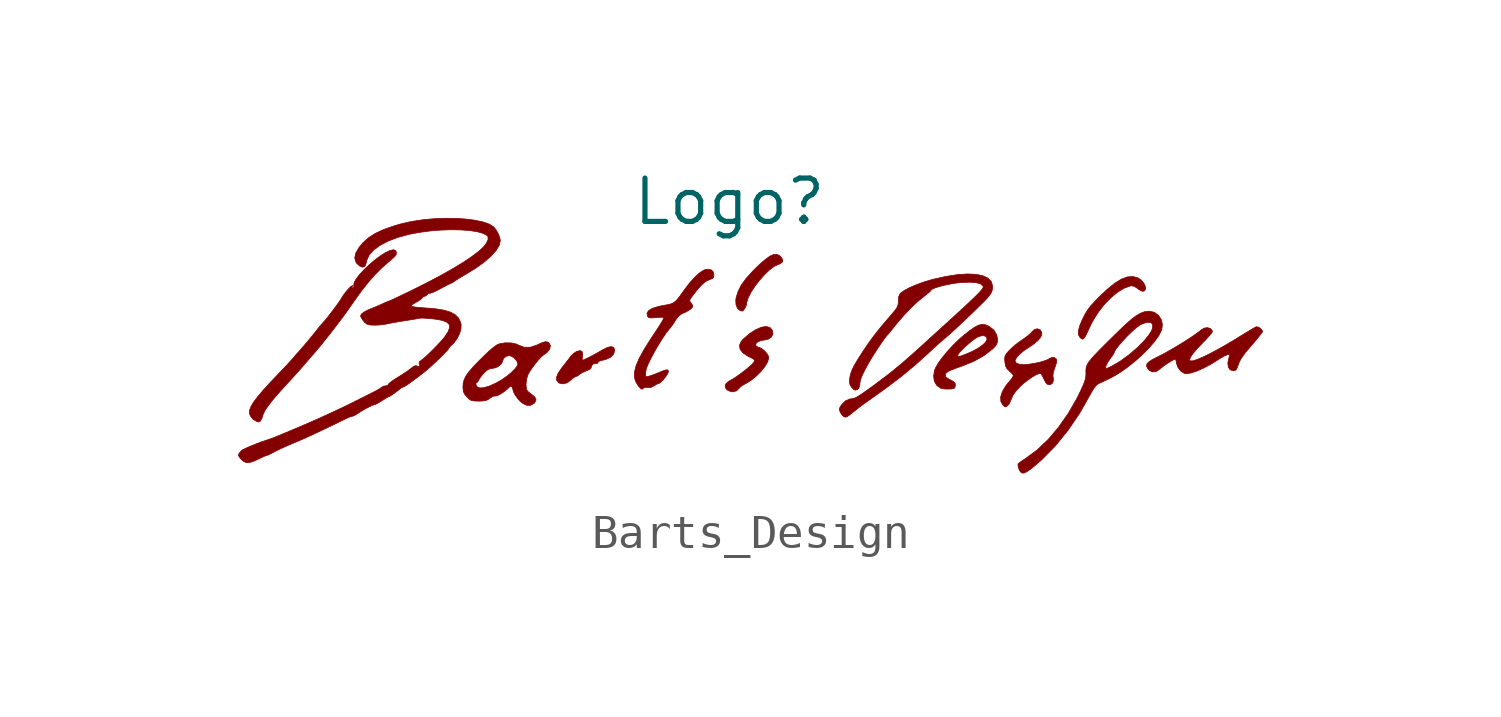
<source format=kicad_sym>
(kicad_symbol_lib
  (version 20231120)
  (generator "kicad_symbol_editor")
  (generator_version "8.0")
  (symbol "Barts_Design"
    (property "Reference" "Logo"
      (at 0 0 0)
      (effects (font (size 1.27 1.27))))
    (property "Value" ""
      (at 0 0 0)
      (effects (font (size 1.27 1.27))))
    (symbol "Barts_Design_0_0"
      (polyline (pts (xy 0.4 -3.197) (xy 0.445 -3.14) (xy 0.484 -3.065) (xy 0.501 -2.999) (xy 0.504 -2.96) (xy 0.546 -2.824) (xy 0.628 -2.663) (xy 0.741 -2.488) (xy 0.876 -2.312) (xy 1.021 -2.148) (xy 1.168 -2.007) (xy 1.306 -1.901) (xy 1.426 -1.844) (xy 1.484 -1.824) (xy 1.554 -1.768) (xy 1.557 -1.694) (xy 1.494 -1.605) (xy 1.461 -1.577) (xy 1.383 -1.544) (xy 1.292 -1.551) (xy 1.182 -1.601) (xy 1.047 -1.698) (xy 0.881 -1.843) (xy 0.68 -2.04) (xy 0.677 -2.043) (xy 0.487 -2.253) (xy 0.348 -2.443) (xy 0.253 -2.627) (xy 0.193 -2.819) (xy 0.183 -2.885) (xy 0.19 -3.02) (xy 0.232 -3.128) (xy 0.303 -3.191) (xy 0.32 -3.197) (xy 0.371 -3.211) (xy 0.4 -3.197)) (stroke (width 0.01) (type default)) (fill (type outline)))
      (polyline (pts (xy 10.398 -4.007) (xy 10.441 -3.941) (xy 10.498 -3.826) (xy 10.576 -3.656) (xy 10.646 -3.516) (xy 10.799 -3.266) (xy 10.977 -3.034) (xy 11.171 -2.83) (xy 11.372 -2.662) (xy 11.569 -2.541) (xy 11.754 -2.474) (xy 11.781 -2.47) (xy 11.867 -2.482) (xy 11.959 -2.543) (xy 11.979 -2.559) (xy 12.059 -2.611) (xy 12.12 -2.632) (xy 12.179 -2.612) (xy 12.203 -2.554) (xy 12.19 -2.474) (xy 12.146 -2.385) (xy 12.076 -2.302) (xy 11.984 -2.24) (xy 11.965 -2.231) (xy 11.82 -2.195) (xy 11.663 -2.209) (xy 11.491 -2.274) (xy 11.298 -2.393) (xy 11.081 -2.568) (xy 10.835 -2.801) (xy 10.722 -2.917) (xy 10.601 -3.049) (xy 10.51 -3.167) (xy 10.435 -3.286) (xy 10.364 -3.424) (xy 10.347 -3.459) (xy 10.267 -3.65) (xy 10.23 -3.797) (xy 10.234 -3.905) (xy 10.278 -3.983) (xy 10.285 -3.99) (xy 10.326 -4.025) (xy 10.361 -4.033) (xy 10.398 -4.007)) (stroke (width 0.01) (type default)) (fill (type outline)))
      (polyline (pts (xy -4.76 -5.313) (xy -4.647 -5.23) (xy -4.628 -5.211) (xy -4.558 -5.154) (xy -4.508 -5.131) (xy -4.466 -5.117) (xy -4.402 -5.071) (xy -4.386 -5.056) (xy -4.301 -5.006) (xy -4.197 -4.962) (xy -4.179 -4.956) (xy -4.083 -4.908) (xy -4.052 -4.854) (xy -4.045 -4.816) (xy -3.994 -4.759) (xy -3.905 -4.749) (xy -3.873 -4.747) (xy -3.854 -4.716) (xy -3.852 -4.703) (xy -3.801 -4.671) (xy -3.692 -4.644) (xy -3.626 -4.628) (xy -3.489 -4.566) (xy -3.399 -4.474) (xy -3.367 -4.363) (xy -3.368 -4.348) (xy -3.397 -4.275) (xy -3.47 -4.251) (xy -3.583 -4.277) (xy -3.734 -4.353) (xy -3.787 -4.385) (xy -3.92 -4.46) (xy -4.054 -4.532) (xy -4.174 -4.593) (xy -4.264 -4.636) (xy -4.311 -4.652) (xy -4.314 -4.651) (xy -4.32 -4.613) (xy -4.312 -4.537) (xy -4.305 -4.483) (xy -4.321 -4.399) (xy -4.379 -4.369) (xy -4.48 -4.393) (xy -4.569 -4.448) (xy -4.651 -4.529) (xy -4.66 -4.542) (xy -4.721 -4.622) (xy -4.806 -4.732) (xy -4.899 -4.85) (xy -4.925 -4.884) (xy -5.027 -5.035) (xy -5.074 -5.153) (xy -5.068 -5.244) (xy -5.011 -5.311) (xy -4.99 -5.324) (xy -4.88 -5.346) (xy -4.76 -5.313)) (stroke (width 0.01) (type default)) (fill (type outline)))
      (polyline (pts (xy 0.211 -5.547) (xy 0.305 -5.449) (xy 0.308 -5.445) (xy 0.361 -5.401) (xy 0.443 -5.354) (xy 0.475 -5.338) (xy 0.636 -5.238) (xy 0.792 -5.111) (xy 0.933 -4.969) (xy 1.047 -4.824) (xy 1.123 -4.689) (xy 1.151 -4.575) (xy 1.143 -4.537) (xy 1.094 -4.453) (xy 1.018 -4.368) (xy 0.934 -4.302) (xy 0.864 -4.275) (xy 0.834 -4.268) (xy 0.777 -4.226) (xy 0.769 -4.213) (xy 0.777 -4.161) (xy 0.834 -4.111) (xy 0.926 -4.073) (xy 1.038 -4.056) (xy 1.144 -4.032) (xy 1.231 -3.968) (xy 1.274 -3.879) (xy 1.261 -3.781) (xy 1.259 -3.776) (xy 1.187 -3.693) (xy 1.078 -3.663) (xy 0.94 -3.682) (xy 0.779 -3.75) (xy 0.6 -3.864) (xy 0.411 -4.023) (xy 0.342 -4.101) (xy 0.292 -4.218) (xy 0.31 -4.332) (xy 0.395 -4.438) (xy 0.545 -4.536) (xy 0.64 -4.584) (xy 0.707 -4.621) (xy 0.733 -4.647) (xy 0.73 -4.676) (xy 0.707 -4.719) (xy 0.707 -4.72) (xy 0.661 -4.771) (xy 0.574 -4.849) (xy 0.461 -4.942) (xy 0.336 -5.038) (xy 0.214 -5.126) (xy 0.11 -5.195) (xy 0.039 -5.234) (xy -0.018 -5.266) (xy -0.092 -5.329) (xy -0.119 -5.369) (xy -0.126 -5.449) (xy -0.074 -5.52) (xy 0.031 -5.57) (xy 0.099 -5.58) (xy 0.211 -5.547)) (stroke (width 0.01) (type default)) (fill (type outline)))
      (polyline (pts (xy 6.506 -5.494) (xy 6.578 -5.482) (xy 6.61 -5.453) (xy 6.622 -5.397) (xy 6.624 -5.375) (xy 6.614 -5.321) (xy 6.569 -5.278) (xy 6.475 -5.227) (xy 6.396 -5.184) (xy 6.339 -5.134) (xy 6.328 -5.082) (xy 6.334 -5.056) (xy 6.36 -5.018) (xy 6.411 -4.982) (xy 6.5 -4.94) (xy 6.634 -4.888) (xy 6.824 -4.821) (xy 7.16 -4.685) (xy 7.463 -4.516) (xy 7.711 -4.324) (xy 7.745 -4.292) (xy 7.818 -4.211) (xy 7.852 -4.139) (xy 7.861 -4.055) (xy 7.84 -3.916) (xy 7.758 -3.772) (xy 7.615 -3.659) (xy 7.586 -3.644) (xy 7.491 -3.607) (xy 7.398 -3.6) (xy 7.297 -3.626) (xy 7.177 -3.69) (xy 7.029 -3.794) (xy 6.843 -3.943) (xy 6.72 -4.05) (xy 6.551 -4.217) (xy 6.386 -4.396) (xy 6.3 -4.502) (xy 6.697 -4.502) (xy 6.707 -4.476) (xy 6.76 -4.409) (xy 6.845 -4.319) (xy 6.952 -4.219) (xy 7.066 -4.122) (xy 7.174 -4.037) (xy 7.264 -3.979) (xy 7.353 -3.942) (xy 7.455 -3.93) (xy 7.526 -3.96) (xy 7.553 -4.028) (xy 7.553 -4.035) (xy 7.516 -4.114) (xy 7.424 -4.205) (xy 7.289 -4.3) (xy 7.12 -4.393) (xy 6.927 -4.475) (xy 6.835 -4.509) (xy 6.754 -4.537) (xy 6.713 -4.544) (xy 6.699 -4.532) (xy 6.697 -4.502) (xy 6.3 -4.502) (xy 6.239 -4.575) (xy 6.12 -4.739) (xy 6.043 -4.874) (xy 6.014 -4.946) (xy 5.984 -5.115) (xy 6.007 -5.268) (xy 6.079 -5.392) (xy 6.197 -5.475) (xy 6.227 -5.483) (xy 6.324 -5.496) (xy 6.44 -5.497) (xy 6.506 -5.494)) (stroke (width 0.01) (type default)) (fill (type outline)))
      (polyline (pts (xy 8.13 -6.009) (xy 8.199 -5.939) (xy 8.258 -5.804) (xy 8.308 -5.688) (xy 8.394 -5.563) (xy 8.525 -5.421) (xy 8.601 -5.351) (xy 8.729 -5.247) (xy 8.859 -5.155) (xy 8.977 -5.086) (xy 9.071 -5.046) (xy 9.126 -5.045) (xy 9.141 -5.059) (xy 9.181 -5.124) (xy 9.227 -5.218) (xy 9.273 -5.307) (xy 9.321 -5.357) (xy 9.382 -5.37) (xy 9.402 -5.369) (xy 9.469 -5.328) (xy 9.501 -5.245) (xy 9.489 -5.137) (xy 9.485 -5.113) (xy 9.494 -5.025) (xy 9.523 -4.921) (xy 9.554 -4.835) (xy 9.588 -4.725) (xy 9.597 -4.656) (xy 9.582 -4.614) (xy 9.542 -4.585) (xy 9.522 -4.576) (xy 9.457 -4.569) (xy 9.378 -4.608) (xy 9.28 -4.655) (xy 9.121 -4.705) (xy 8.926 -4.747) (xy 8.713 -4.777) (xy 8.627 -4.782) (xy 8.493 -4.769) (xy 8.405 -4.731) (xy 8.374 -4.669) (xy 8.378 -4.648) (xy 8.423 -4.568) (xy 8.512 -4.471) (xy 8.633 -4.37) (xy 8.773 -4.277) (xy 8.906 -4.189) (xy 9.041 -4.077) (xy 9.128 -3.971) (xy 9.16 -3.88) (xy 9.154 -3.828) (xy 9.107 -3.758) (xy 9.031 -3.729) (xy 8.947 -3.747) (xy 8.873 -3.815) (xy 8.867 -3.823) (xy 8.803 -3.888) (xy 8.703 -3.969) (xy 8.585 -4.052) (xy 8.449 -4.149) (xy 8.312 -4.26) (xy 8.206 -4.361) (xy 8.191 -4.378) (xy 8.117 -4.463) (xy 8.079 -4.529) (xy 8.069 -4.598) (xy 8.075 -4.697) (xy 8.076 -4.71) (xy 8.097 -4.823) (xy 8.139 -4.903) (xy 8.221 -4.984) (xy 8.256 -5.014) (xy 8.305 -5.061) (xy 8.322 -5.101) (xy 8.305 -5.15) (xy 8.251 -5.223) (xy 8.156 -5.335) (xy 8.103 -5.402) (xy 8.002 -5.571) (xy 7.952 -5.726) (xy 7.957 -5.861) (xy 8.018 -5.967) (xy 8.053 -6) (xy 8.083 -6.021) (xy 8.13 -6.009)) (stroke (width 0.01) (type default)) (fill (type outline)))
      (polyline (pts (xy 13.546 -5.023) (xy 13.715 -4.966) (xy 13.909 -4.88) (xy 14.116 -4.769) (xy 14.326 -4.638) (xy 14.394 -4.594) (xy 14.516 -4.525) (xy 14.607 -4.489) (xy 14.659 -4.488) (xy 14.664 -4.524) (xy 14.643 -4.584) (xy 14.614 -4.735) (xy 14.628 -4.854) (xy 14.681 -4.932) (xy 14.771 -4.96) (xy 14.809 -4.957) (xy 14.853 -4.937) (xy 14.887 -4.881) (xy 14.924 -4.775) (xy 14.941 -4.729) (xy 14.987 -4.632) (xy 15.058 -4.523) (xy 15.162 -4.389) (xy 15.307 -4.219) (xy 15.353 -4.166) (xy 15.463 -4.036) (xy 15.551 -3.926) (xy 15.61 -3.848) (xy 15.632 -3.81) (xy 15.623 -3.78) (xy 15.575 -3.721) (xy 15.506 -3.678) (xy 15.446 -3.67) (xy 15.432 -3.677) (xy 15.363 -3.716) (xy 15.254 -3.78) (xy 15.114 -3.865) (xy 14.957 -3.961) (xy 14.846 -4.03) (xy 14.555 -4.203) (xy 14.288 -4.353) (xy 14.051 -4.478) (xy 13.85 -4.574) (xy 13.688 -4.64) (xy 13.573 -4.672) (xy 13.509 -4.668) (xy 13.494 -4.642) (xy 13.516 -4.57) (xy 13.588 -4.461) (xy 13.708 -4.319) (xy 13.873 -4.146) (xy 13.982 -4.034) (xy 14.074 -3.933) (xy 14.137 -3.857) (xy 14.16 -3.817) (xy 14.153 -3.78) (xy 14.103 -3.722) (xy 14.02 -3.697) (xy 13.925 -3.708) (xy 13.837 -3.759) (xy 13.795 -3.795) (xy 13.679 -3.881) (xy 13.524 -3.987) (xy 13.341 -4.105) (xy 13.146 -4.225) (xy 12.95 -4.341) (xy 12.768 -4.443) (xy 12.613 -4.524) (xy 12.533 -4.563) (xy 12.384 -4.642) (xy 12.289 -4.706) (xy 12.24 -4.762) (xy 12.23 -4.817) (xy 12.253 -4.878) (xy 12.319 -4.957) (xy 12.419 -4.996) (xy 12.531 -4.975) (xy 12.643 -4.895) (xy 12.662 -4.877) (xy 12.739 -4.816) (xy 12.838 -4.748) (xy 12.941 -4.684) (xy 13.027 -4.636) (xy 13.078 -4.617) (xy 13.081 -4.62) (xy 13.095 -4.665) (xy 13.111 -4.748) (xy 13.143 -4.849) (xy 13.227 -4.965) (xy 13.338 -5.038) (xy 13.412 -5.046) (xy 13.546 -5.023)) (stroke (width 0.01) (type default)) (fill (type outline)))
      (polyline (pts (xy -13.759 -6.438) (xy -13.715 -6.363) (xy -13.682 -6.257) (xy -13.679 -6.243) (xy -13.628 -6.134) (xy -13.525 -5.982) (xy -13.37 -5.786) (xy -13.163 -5.547) (xy -12.905 -5.266) (xy -12.894 -5.254) (xy -12.765 -5.113) (xy -12.626 -4.959) (xy -12.507 -4.822) (xy -12.494 -4.807) (xy -12.386 -4.682) (xy -12.28 -4.559) (xy -12.197 -4.465) (xy -12.14 -4.399) (xy -11.978 -4.205) (xy -11.795 -3.977) (xy -11.604 -3.734) (xy -11.419 -3.491) (xy -11.252 -3.265) (xy -11.116 -3.073) (xy -11.008 -2.917) (xy -10.792 -2.618) (xy -10.594 -2.367) (xy -10.406 -2.152) (xy -10.22 -1.964) (xy -10.027 -1.793) (xy -9.913 -1.698) (xy -9.835 -1.628) (xy -9.791 -1.579) (xy -9.773 -1.54) (xy -9.768 -1.499) (xy -9.787 -1.437) (xy -9.851 -1.411) (xy -9.959 -1.434) (xy -9.962 -1.435) (xy -10.1 -1.502) (xy -10.254 -1.601) (xy -10.415 -1.723) (xy -10.574 -1.859) (xy -10.722 -2.001) (xy -10.85 -2.139) (xy -10.948 -2.266) (xy -11.008 -2.372) (xy -11.02 -2.449) (xy -11.018 -2.457) (xy -11.018 -2.514) (xy -11.06 -2.529) (xy -11.068 -2.529) (xy -11.101 -2.522) (xy -11.069 -2.495) (xy -11.046 -2.475) (xy -11.058 -2.461) (xy -11.061 -2.462) (xy -11.107 -2.492) (xy -11.177 -2.561) (xy -11.255 -2.652) (xy -11.329 -2.751) (xy -11.384 -2.839) (xy -11.405 -2.875) (xy -11.47 -2.97) (xy -11.56 -3.094) (xy -11.662 -3.23) (xy -11.766 -3.363) (xy -11.859 -3.478) (xy -11.93 -3.558) (xy -11.951 -3.582) (xy -12.036 -3.68) (xy -12.118 -3.784) (xy -12.129 -3.799) (xy -12.192 -3.878) (xy -12.278 -3.984) (xy -12.378 -4.103) (xy -12.478 -4.222) (xy -12.569 -4.327) (xy -12.639 -4.407) (xy -12.676 -4.446) (xy -12.686 -4.456) (xy -12.731 -4.507) (xy -12.794 -4.583) (xy -12.812 -4.604) (xy -12.887 -4.688) (xy -12.993 -4.803) (xy -13.12 -4.938) (xy -13.256 -5.08) (xy -13.487 -5.323) (xy -13.684 -5.54) (xy -13.837 -5.72) (xy -13.95 -5.87) (xy -14.025 -5.993) (xy -14.068 -6.096) (xy -14.082 -6.181) (xy -14.056 -6.279) (xy -13.981 -6.376) (xy -13.876 -6.442) (xy -13.851 -6.45) (xy -13.803 -6.463) (xy -13.759 -6.438)) (stroke (width 0.01) (type default)) (fill (type outline)))
      (polyline (pts (xy -2.526 -5.47) (xy -2.484 -5.449) (xy -2.401 -5.452) (xy -2.314 -5.455) (xy -2.212 -5.404) (xy -2.211 -5.404) (xy -2.138 -5.356) (xy -2.082 -5.336) (xy -2.07 -5.334) (xy -2.012 -5.294) (xy -1.94 -5.221) (xy -1.869 -5.132) (xy -1.814 -5.048) (xy -1.792 -4.988) (xy -1.793 -4.979) (xy -1.802 -4.945) (xy -1.832 -4.932) (xy -1.893 -4.944) (xy -1.997 -4.981) (xy -2.152 -5.045) (xy -2.205 -5.066) (xy -2.324 -5.109) (xy -2.412 -5.132) (xy -2.455 -5.132) (xy -2.463 -5.108) (xy -2.462 -5.03) (xy -2.446 -4.925) (xy -2.425 -4.857) (xy -2.367 -4.723) (xy -2.284 -4.558) (xy -2.184 -4.374) (xy -2.075 -4.187) (xy -1.965 -4.01) (xy -1.861 -3.858) (xy -1.773 -3.744) (xy -1.737 -3.702) (xy -1.647 -3.582) (xy -1.577 -3.471) (xy -1.56 -3.443) (xy -1.481 -3.349) (xy -1.398 -3.29) (xy -1.261 -3.227) (xy -1.147 -3.159) (xy -1.089 -3.099) (xy -1.083 -3.04) (xy -1.124 -2.975) (xy -1.143 -2.954) (xy -1.168 -2.911) (xy -1.157 -2.867) (xy -1.108 -2.794) (xy -0.953 -2.593) (xy -0.814 -2.439) (xy -0.695 -2.339) (xy -0.59 -2.288) (xy -0.51 -2.261) (xy -0.467 -2.223) (xy -0.457 -2.158) (xy -0.475 -2.061) (xy -0.539 -2.001) (xy -0.655 -1.982) (xy -0.748 -2.006) (xy -0.874 -2.086) (xy -1.018 -2.216) (xy -1.173 -2.388) (xy -1.332 -2.598) (xy -1.381 -2.667) (xy -1.48 -2.803) (xy -1.558 -2.897) (xy -1.628 -2.957) (xy -1.703 -2.995) (xy -1.795 -3.02) (xy -1.917 -3.041) (xy -2.08 -3.073) (xy -2.259 -3.129) (xy -2.373 -3.196) (xy -2.421 -3.274) (xy -2.403 -3.363) (xy -2.384 -3.389) (xy -2.344 -3.408) (xy -2.271 -3.411) (xy -2.149 -3.401) (xy -2.041 -3.392) (xy -1.96 -3.392) (xy -1.929 -3.4) (xy -1.931 -3.414) (xy -1.948 -3.457) (xy -1.987 -3.527) (xy -2.051 -3.632) (xy -2.146 -3.778) (xy -2.275 -3.974) (xy -2.345 -4.08) (xy -2.521 -4.363) (xy -2.651 -4.604) (xy -2.739 -4.809) (xy -2.784 -4.983) (xy -2.791 -5.133) (xy -2.759 -5.263) (xy -2.691 -5.381) (xy -2.652 -5.431) (xy -2.595 -5.49) (xy -2.557 -5.501) (xy -2.526 -5.47)) (stroke (width 0.01) (type default)) (fill (type outline)))
      (polyline (pts (xy 8.655 -7.955) (xy 8.754 -7.9) (xy 8.891 -7.798) (xy 9.159 -7.568) (xy 9.555 -7.165) (xy 9.928 -6.706) (xy 10.274 -6.197) (xy 10.587 -5.645) (xy 10.658 -5.519) (xy 10.738 -5.406) (xy 10.805 -5.348) (xy 10.816 -5.343) (xy 10.898 -5.304) (xy 11.016 -5.248) (xy 11.147 -5.186) (xy 11.21 -5.155) (xy 11.431 -5.026) (xy 11.66 -4.866) (xy 11.889 -4.684) (xy 12.107 -4.489) (xy 12.304 -4.291) (xy 12.47 -4.098) (xy 12.596 -3.921) (xy 12.672 -3.767) (xy 12.678 -3.751) (xy 12.695 -3.594) (xy 12.657 -3.449) (xy 12.574 -3.328) (xy 12.455 -3.245) (xy 12.309 -3.214) (xy 12.282 -3.214) (xy 12.17 -3.23) (xy 12.055 -3.272) (xy 11.929 -3.345) (xy 11.784 -3.454) (xy 11.612 -3.606) (xy 11.404 -3.805) (xy 11.212 -3.993) (xy 11.006 -4.197) (xy 10.841 -4.363) (xy 10.712 -4.497) (xy 10.615 -4.605) (xy 10.545 -4.692) (xy 10.499 -4.764) (xy 10.471 -4.827) (xy 10.464 -4.856) (xy 11.03 -4.856) (xy 11.054 -4.784) (xy 11.107 -4.688) (xy 11.182 -4.582) (xy 11.214 -4.54) (xy 11.264 -4.465) (xy 11.284 -4.422) (xy 11.292 -4.394) (xy 11.34 -4.316) (xy 11.424 -4.209) (xy 11.532 -4.085) (xy 11.654 -3.955) (xy 11.781 -3.83) (xy 11.902 -3.721) (xy 12.007 -3.639) (xy 12.062 -3.606) (xy 12.178 -3.558) (xy 12.285 -3.541) (xy 12.367 -3.554) (xy 12.407 -3.602) (xy 12.41 -3.686) (xy 12.38 -3.782) (xy 12.309 -3.897) (xy 12.192 -4.044) (xy 12.152 -4.09) (xy 11.944 -4.298) (xy 11.703 -4.502) (xy 11.453 -4.683) (xy 11.215 -4.823) (xy 11.18 -4.84) (xy 11.097 -4.877) (xy 11.047 -4.891) (xy 11.04 -4.89) (xy 11.03 -4.856) (xy 10.464 -4.856) (xy 10.457 -4.887) (xy 10.452 -4.949) (xy 10.453 -5.018) (xy 10.453 -5.074) (xy 10.444 -5.167) (xy 10.418 -5.266) (xy 10.37 -5.389) (xy 10.294 -5.554) (xy 10.194 -5.759) (xy 9.937 -6.206) (xy 9.652 -6.614) (xy 9.345 -6.976) (xy 9.02 -7.284) (xy 8.685 -7.531) (xy 8.582 -7.599) (xy 8.502 -7.658) (xy 8.463 -7.693) (xy 8.46 -7.701) (xy 8.464 -7.763) (xy 8.491 -7.851) (xy 8.532 -7.926) (xy 8.584 -7.963) (xy 8.655 -7.955)) (stroke (width 0.01) (type default)) (fill (type outline)))
      (polyline (pts (xy -5.735 -5.918) (xy -5.707 -5.89) (xy -5.674 -5.811) (xy -5.71 -5.729) (xy -5.813 -5.645) (xy -5.832 -5.633) (xy -5.907 -5.573) (xy -5.948 -5.521) (xy -5.959 -5.483) (xy -5.968 -5.353) (xy -5.951 -5.205) (xy -5.91 -5.072) (xy -5.865 -4.993) (xy -5.789 -4.879) (xy -5.697 -4.756) (xy -5.603 -4.641) (xy -5.519 -4.551) (xy -5.46 -4.501) (xy -5.458 -4.5) (xy -5.341 -4.415) (xy -5.271 -4.32) (xy -5.252 -4.226) (xy -5.291 -4.145) (xy -5.323 -4.12) (xy -5.392 -4.107) (xy -5.488 -4.132) (xy -5.626 -4.196) (xy -5.645 -4.205) (xy -5.841 -4.271) (xy -6.025 -4.271) (xy -6.194 -4.205) (xy -6.251 -4.177) (xy -6.402 -4.144) (xy -6.579 -4.141) (xy -6.758 -4.172) (xy -6.827 -4.205) (xy -6.933 -4.281) (xy -7.073 -4.402) (xy -7.251 -4.574) (xy -7.35 -4.672) (xy -7.517 -4.846) (xy -7.641 -4.989) (xy -7.727 -5.11) (xy -7.781 -5.217) (xy -7.809 -5.319) (xy -7.81 -5.326) (xy -7.438 -5.326) (xy -7.409 -5.302) (xy -7.386 -5.289) (xy -7.355 -5.234) (xy -7.337 -5.198) (xy -7.28 -5.118) (xy -7.202 -5.029) (xy -7.119 -4.951) (xy -7.038 -4.904) (xy -6.952 -4.891) (xy -6.858 -4.872) (xy -6.759 -4.819) (xy -6.683 -4.747) (xy -6.653 -4.673) (xy -6.628 -4.602) (xy -6.557 -4.54) (xy -6.468 -4.515) (xy -6.398 -4.532) (xy -6.308 -4.593) (xy -6.237 -4.676) (xy -6.208 -4.76) (xy -6.221 -4.807) (xy -6.284 -4.897) (xy -6.388 -5.003) (xy -6.521 -5.114) (xy -6.674 -5.221) (xy -6.833 -5.314) (xy -6.848 -5.321) (xy -7.04 -5.407) (xy -7.2 -5.455) (xy -7.322 -5.465) (xy -7.398 -5.435) (xy -7.432 -5.381) (xy -7.438 -5.326) (xy -7.81 -5.326) (xy -7.817 -5.426) (xy -7.817 -5.458) (xy -7.807 -5.564) (xy -7.773 -5.643) (xy -7.702 -5.727) (xy -7.685 -5.746) (xy -7.622 -5.804) (xy -7.563 -5.835) (xy -7.482 -5.847) (xy -7.356 -5.85) (xy -7.274 -5.849) (xy -7.168 -5.838) (xy -7.093 -5.813) (xy -7.025 -5.766) (xy -7.008 -5.752) (xy -6.933 -5.708) (xy -6.878 -5.699) (xy -6.85 -5.7) (xy -6.771 -5.672) (xy -6.671 -5.616) (xy -6.569 -5.543) (xy -6.483 -5.466) (xy -6.447 -5.43) (xy -6.408 -5.411) (xy -6.378 -5.439) (xy -6.364 -5.468) (xy -6.346 -5.534) (xy -6.34 -5.566) (xy -6.296 -5.655) (xy -6.225 -5.758) (xy -6.142 -5.853) (xy -6.062 -5.919) (xy -5.944 -5.974) (xy -5.837 -5.975) (xy -5.735 -5.918)) (stroke (width 0.01) (type default)) (fill (type outline)))
      (polyline (pts (xy 3.465 -6.299) (xy 3.533 -6.25) (xy 3.639 -6.163) (xy 3.657 -6.149) (xy 3.791 -6.043) (xy 3.947 -5.926) (xy 4.095 -5.821) (xy 4.136 -5.793) (xy 4.623 -5.445) (xy 5.062 -5.109) (xy 5.464 -4.775) (xy 5.845 -4.431) (xy 5.85 -4.425) (xy 5.987 -4.298) (xy 6.118 -4.179) (xy 6.229 -4.082) (xy 6.304 -4.018) (xy 6.335 -3.994) (xy 6.433 -3.908) (xy 6.567 -3.787) (xy 6.727 -3.639) (xy 6.903 -3.473) (xy 7.087 -3.298) (xy 7.269 -3.122) (xy 7.439 -2.954) (xy 7.543 -2.848) (xy 7.631 -2.743) (xy 7.684 -2.658) (xy 7.709 -2.579) (xy 7.716 -2.477) (xy 7.677 -2.346) (xy 7.58 -2.244) (xy 7.429 -2.173) (xy 7.227 -2.132) (xy 6.976 -2.121) (xy 6.679 -2.142) (xy 6.34 -2.195) (xy 5.961 -2.28) (xy 5.892 -2.299) (xy 5.676 -2.365) (xy 5.467 -2.443) (xy 5.279 -2.524) (xy 5.128 -2.604) (xy 5.028 -2.675) (xy 4.994 -2.713) (xy 4.96 -2.793) (xy 4.951 -2.913) (xy 4.951 -2.946) (xy 4.945 -3.016) (xy 4.925 -3.078) (xy 4.884 -3.148) (xy 4.812 -3.239) (xy 4.703 -3.367) (xy 4.636 -3.445) (xy 4.459 -3.653) (xy 4.313 -3.834) (xy 4.183 -4.004) (xy 4.056 -4.181) (xy 3.921 -4.381) (xy 3.882 -4.439) (xy 3.748 -4.65) (xy 3.65 -4.821) (xy 3.583 -4.962) (xy 3.542 -5.086) (xy 3.522 -5.202) (xy 3.517 -5.295) (xy 3.536 -5.377) (xy 3.589 -5.454) (xy 3.642 -5.51) (xy 3.69 -5.53) (xy 3.747 -5.511) (xy 3.794 -5.47) (xy 3.822 -5.374) (xy 3.824 -5.321) (xy 3.846 -5.218) (xy 3.892 -5.095) (xy 3.968 -4.938) (xy 4.078 -4.738) (xy 4.154 -4.609) (xy 4.247 -4.46) (xy 4.346 -4.306) (xy 4.444 -4.161) (xy 4.532 -4.036) (xy 4.601 -3.944) (xy 4.642 -3.898) (xy 4.643 -3.898) (xy 4.675 -3.863) (xy 4.735 -3.789) (xy 4.812 -3.693) (xy 4.921 -3.557) (xy 5.119 -3.33) (xy 5.32 -3.119) (xy 5.511 -2.937) (xy 5.679 -2.8) (xy 5.716 -2.772) (xy 5.815 -2.694) (xy 5.884 -2.633) (xy 5.91 -2.599) (xy 5.911 -2.595) (xy 5.952 -2.562) (xy 6.046 -2.524) (xy 6.179 -2.484) (xy 6.337 -2.445) (xy 6.506 -2.411) (xy 6.674 -2.385) (xy 6.827 -2.37) (xy 7.063 -2.364) (xy 7.241 -2.378) (xy 7.362 -2.413) (xy 7.429 -2.47) (xy 7.432 -2.475) (xy 7.439 -2.491) (xy 7.439 -2.511) (xy 7.428 -2.538) (xy 7.405 -2.574) (xy 7.365 -2.622) (xy 7.306 -2.686) (xy 7.224 -2.768) (xy 7.116 -2.872) (xy 6.979 -3.001) (xy 6.811 -3.157) (xy 6.607 -3.344) (xy 6.365 -3.565) (xy 6.082 -3.822) (xy 5.755 -4.12) (xy 5.379 -4.46) (xy 5.032 -4.764) (xy 4.66 -5.066) (xy 4.25 -5.375) (xy 4.199 -5.412) (xy 4.014 -5.545) (xy 3.873 -5.644) (xy 3.768 -5.711) (xy 3.692 -5.753) (xy 3.636 -5.775) (xy 3.593 -5.781) (xy 3.533 -5.787) (xy 3.396 -5.845) (xy 3.279 -5.968) (xy 3.264 -5.991) (xy 3.225 -6.061) (xy 3.223 -6.115) (xy 3.254 -6.186) (xy 3.256 -6.191) (xy 3.305 -6.266) (xy 3.35 -6.306) (xy 3.381 -6.317) (xy 3.419 -6.319) (xy 3.465 -6.299)) (stroke (width 0.01) (type default)) (fill (type outline)))
      (polyline (pts (xy -13.97 -7.62) (xy -13.807 -7.546) (xy -13.777 -7.531) (xy -13.671 -7.481) (xy -13.596 -7.45) (xy -13.568 -7.443) (xy -13.568 -7.444) (xy -13.533 -7.432) (xy -13.456 -7.395) (xy -13.351 -7.34) (xy -13.317 -7.322) (xy -13.168 -7.249) (xy -12.995 -7.17) (xy -12.829 -7.099) (xy -12.783 -7.08) (xy -12.611 -7.007) (xy -12.44 -6.933) (xy -12.302 -6.87) (xy -12.172 -6.81) (xy -11.962 -6.71) (xy -11.751 -6.61) (xy -11.555 -6.515) (xy -11.389 -6.434) (xy -11.27 -6.375) (xy -11.211 -6.347) (xy -11.119 -6.309) (xy -11.061 -6.295) (xy -11.04 -6.29) (xy -10.967 -6.256) (xy -10.878 -6.199) (xy -10.792 -6.142) (xy -10.675 -6.074) (xy -10.557 -6.013) (xy -10.459 -5.969) (xy -10.399 -5.952) (xy -10.362 -5.938) (xy -10.284 -5.895) (xy -10.184 -5.833) (xy -10.095 -5.776) (xy -10.016 -5.73) (xy -9.976 -5.713) (xy -9.972 -5.712) (xy -9.924 -5.686) (xy -9.842 -5.629) (xy -9.742 -5.555) (xy -9.642 -5.474) (xy -9.621 -5.459) (xy -9.571 -5.439) (xy -9.562 -5.437) (xy -9.504 -5.405) (xy -9.407 -5.341) (xy -9.284 -5.253) (xy -9.145 -5.149) (xy -9.001 -5.038) (xy -8.866 -4.928) (xy -8.858 -4.921) (xy -8.755 -4.831) (xy -8.639 -4.724) (xy -8.519 -4.61) (xy -8.408 -4.5) (xy -8.315 -4.405) (xy -8.252 -4.334) (xy -8.228 -4.299) (xy -8.226 -4.291) (xy -8.189 -4.244) (xy -8.122 -4.182) (xy -8.088 -4.15) (xy -7.994 -4.026) (xy -7.919 -3.879) (xy -7.875 -3.731) (xy -7.871 -3.606) (xy -7.888 -3.537) (xy -7.949 -3.413) (xy -8.048 -3.314) (xy -8.192 -3.237) (xy -8.386 -3.181) (xy -8.636 -3.141) (xy -8.947 -3.116) (xy -9.081 -3.107) (xy -9.217 -3.092) (xy -9.305 -3.076) (xy -9.335 -3.06) (xy -9.325 -3.044) (xy -9.269 -2.999) (xy -9.182 -2.947) (xy -9.134 -2.92) (xy -9.051 -2.864) (xy -9.006 -2.819) (xy -8.987 -2.796) (xy -8.927 -2.769) (xy -8.903 -2.764) (xy -8.857 -2.72) (xy -8.843 -2.698) (xy -8.794 -2.688) (xy -8.775 -2.687) (xy -8.703 -2.663) (xy -8.595 -2.615) (xy -8.468 -2.548) (xy -8.398 -2.51) (xy -8.284 -2.45) (xy -8.199 -2.408) (xy -8.16 -2.392) (xy -8.118 -2.373) (xy -8.052 -2.328) (xy -8.011 -2.298) (xy -7.911 -2.234) (xy -7.8 -2.168) (xy -7.722 -2.125) (xy -7.436 -1.948) (xy -7.192 -1.771) (xy -6.993 -1.598) (xy -6.846 -1.434) (xy -6.754 -1.283) (xy -6.722 -1.15) (xy -6.729 -1.093) (xy -6.77 -0.966) (xy -6.838 -0.839) (xy -6.917 -0.741) (xy -6.921 -0.738) (xy -7.051 -0.658) (xy -7.238 -0.594) (xy -7.473 -0.544) (xy -7.744 -0.51) (xy -8.044 -0.491) (xy -8.361 -0.489) (xy -8.686 -0.503) (xy -9.01 -0.534) (xy -9.323 -0.582) (xy -9.614 -0.647) (xy -9.829 -0.709) (xy -10.138 -0.816) (xy -10.39 -0.933) (xy -10.593 -1.064) (xy -10.755 -1.211) (xy -10.864 -1.343) (xy -10.96 -1.508) (xy -10.991 -1.65) (xy -10.959 -1.77) (xy -10.928 -1.814) (xy -10.85 -1.887) (xy -10.769 -1.923) (xy -10.705 -1.909) (xy -10.697 -1.901) (xy -10.665 -1.835) (xy -10.641 -1.74) (xy -10.636 -1.716) (xy -10.567 -1.565) (xy -10.436 -1.419) (xy -10.249 -1.282) (xy -10.011 -1.158) (xy -9.728 -1.05) (xy -9.406 -0.962) (xy -9.381 -0.956) (xy -9.084 -0.901) (xy -8.776 -0.86) (xy -8.465 -0.835) (xy -8.162 -0.825) (xy -7.877 -0.83) (xy -7.619 -0.849) (xy -7.398 -0.883) (xy -7.225 -0.932) (xy -7.108 -0.995) (xy -7.084 -1.026) (xy -7.08 -1.11) (xy -7.129 -1.218) (xy -7.229 -1.343) (xy -7.354 -1.458) (xy -7.552 -1.608) (xy -7.804 -1.777) (xy -8.104 -1.96) (xy -8.447 -2.154) (xy -8.827 -2.356) (xy -9.239 -2.563) (xy -9.348 -2.617) (xy -9.54 -2.709) (xy -9.706 -2.789) (xy -9.837 -2.851) (xy -9.925 -2.891) (xy -9.96 -2.906) (xy -9.999 -2.919) (xy -10.082 -2.954) (xy -10.191 -3.003) (xy -10.296 -3.05) (xy -10.442 -3.112) (xy -10.563 -3.161) (xy -10.614 -3.182) (xy -10.715 -3.236) (xy -10.781 -3.285) (xy -10.81 -3.321) (xy -10.819 -3.367) (xy -10.785 -3.431) (xy -10.713 -3.529) (xy -10.64 -3.59) (xy -10.546 -3.618) (xy -10.408 -3.624) (xy -10.314 -3.621) (xy -10.172 -3.608) (xy -10.059 -3.589) (xy -10.017 -3.579) (xy -9.896 -3.556) (xy -9.743 -3.529) (xy -9.58 -3.502) (xy -9.488 -3.488) (xy -9.341 -3.464) (xy -9.222 -3.445) (xy -9.152 -3.432) (xy -9.135 -3.428) (xy -9.083 -3.419) (xy -9.034 -3.415) (xy -8.969 -3.417) (xy -8.871 -3.424) (xy -8.723 -3.437) (xy -8.628 -3.447) (xy -8.43 -3.482) (xy -8.295 -3.532) (xy -8.222 -3.602) (xy -8.208 -3.694) (xy -8.251 -3.812) (xy -8.348 -3.96) (xy -8.41 -4.037) (xy -8.509 -4.147) (xy -8.625 -4.269) (xy -8.747 -4.391) (xy -8.865 -4.505) (xy -8.969 -4.598) (xy -9.047 -4.662) (xy -9.09 -4.686) (xy -9.104 -4.71) (xy -9.097 -4.775) (xy -9.087 -4.822) (xy -9.096 -4.847) (xy -9.145 -4.827) (xy -9.154 -4.822) (xy -9.205 -4.811) (xy -9.265 -4.835) (xy -9.352 -4.9) (xy -9.369 -4.913) (xy -9.474 -4.989) (xy -9.609 -5.079) (xy -9.748 -5.165) (xy -9.798 -5.196) (xy -9.905 -5.267) (xy -9.979 -5.326) (xy -10.007 -5.362) (xy -10.028 -5.39) (xy -10.092 -5.405) (xy -10.149 -5.413) (xy -10.197 -5.44) (xy -10.199 -5.442) (xy -10.245 -5.477) (xy -10.333 -5.529) (xy -10.447 -5.589) (xy -10.493 -5.612) (xy -10.645 -5.689) (xy -10.819 -5.776) (xy -10.984 -5.859) (xy -11.008 -5.871) (xy -11.315 -6.022) (xy -11.665 -6.186) (xy -12.036 -6.356) (xy -12.409 -6.52) (xy -12.764 -6.671) (xy -12.875 -6.718) (xy -13.044 -6.788) (xy -13.187 -6.848) (xy -13.292 -6.891) (xy -13.346 -6.914) (xy -13.406 -6.937) (xy -13.512 -6.974) (xy -13.637 -7.016) (xy -13.698 -7.036) (xy -13.861 -7.096) (xy -14.029 -7.164) (xy -14.177 -7.228) (xy -14.284 -7.281) (xy -14.322 -7.311) (xy -14.378 -7.376) (xy -14.382 -7.384) (xy -14.401 -7.431) (xy -14.383 -7.481) (xy -14.323 -7.554) (xy -14.263 -7.611) (xy -14.184 -7.652) (xy -14.091 -7.655) (xy -13.97 -7.62)) (stroke (width 0.01) (type default)) (fill (type outline))))))
</source>
